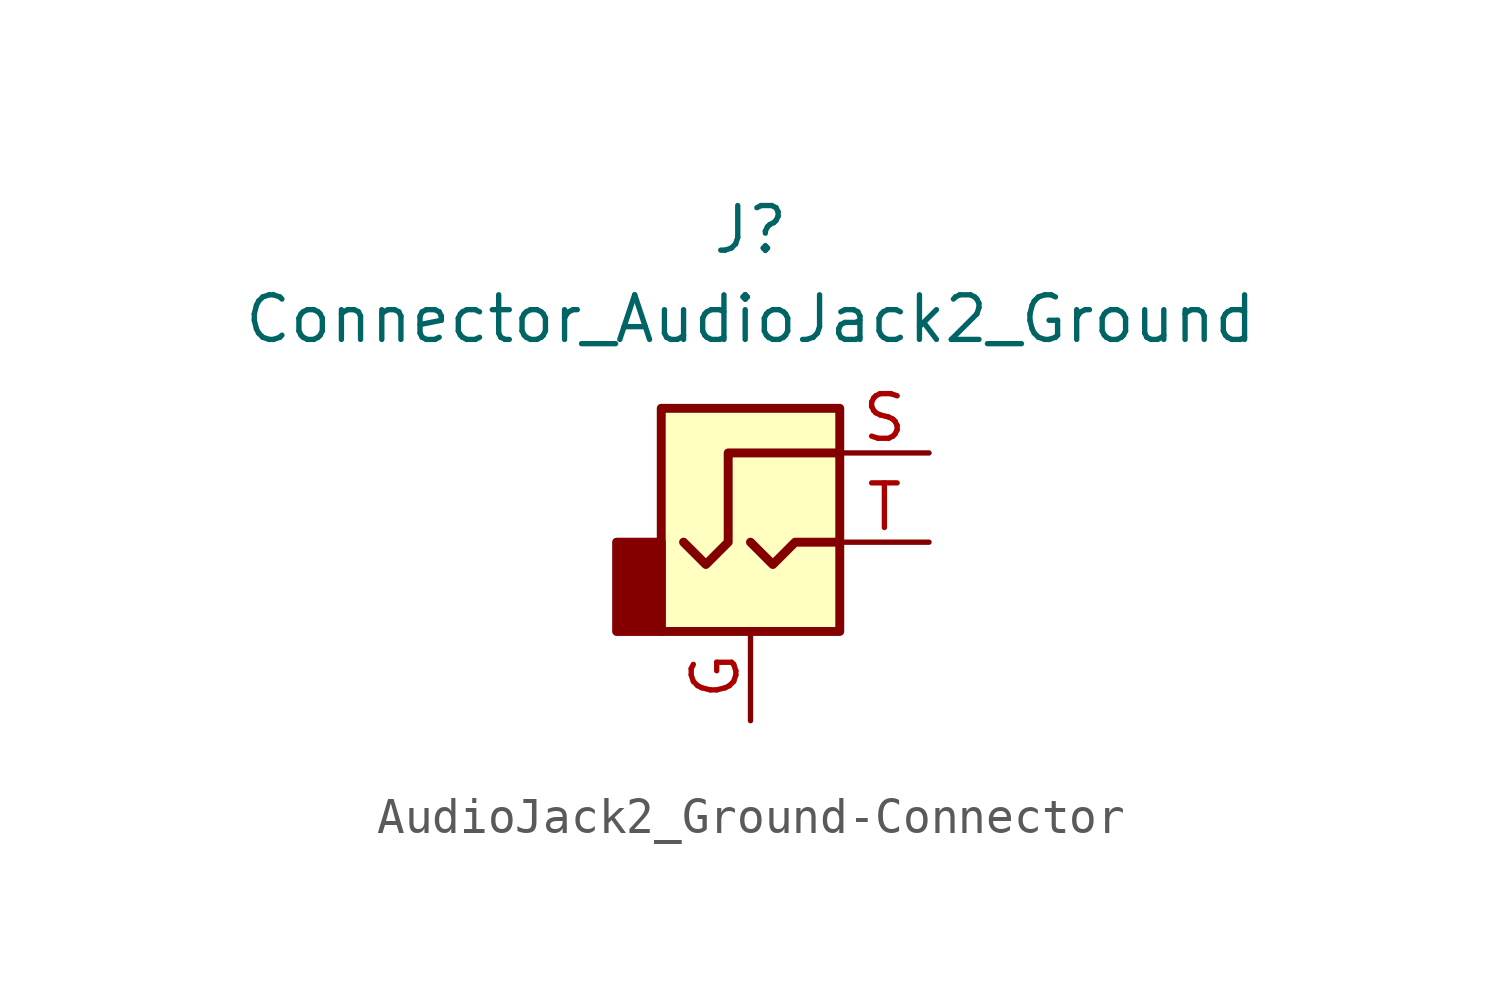
<source format=kicad_sym>
(kicad_symbol_lib
  (version 20231120)
  (generator "kicad_symbol_editor")
  (generator_version "8.0")
  (symbol "AudioJack2_Ground-Connector"
    (property "Reference" "J"
      (at 0 8.89 0)
      (effects (font (size 1.27 1.27))))
    (property "Value" "Connector_AudioJack2_Ground"
      (at 0 6.35 0)
      (effects (font (size 1.27 1.27))))
    (symbol "AudioJack2_Ground-Connector_0_1"
      (rectangle (start -2.54 -2.54) (end -3.81 0) (stroke (width 0.254) (type solid)) (fill (type outline)))
      (polyline (pts (xy 0 0) (xy 0.635 -0.635) (xy 1.27 0) (xy 2.54 0)) (stroke (width 0.254) (type solid)) (fill (type none)))
      (polyline (pts (xy 2.54 2.54) (xy -0.635 2.54) (xy -0.635 0) (xy -1.27 -0.635) (xy -1.905 0)) (stroke (width 0.254) (type solid)) (fill (type none)))
      (rectangle (start 2.54 3.81) (end -2.54 -2.54) (stroke (width 0.254) (type solid)) (fill (type background))))
    (symbol "AudioJack2_Ground-Connector_1_1"
      (pin passive line (at 0 -5.08 90) (length 2.54) (name "~" (effects (font (size 1.27 1.27)))) (number "G" (effects (font (size 1.27 1.27)))))
      (pin passive line (at 5.08 2.54 180) (length 2.54) (name "~" (effects (font (size 1.27 1.27)))) (number "S" (effects (font (size 1.27 1.27)))))
      (pin passive line (at 5.08 0 180) (length 2.54) (name "~" (effects (font (size 1.27 1.27)))) (number "T" (effects (font (size 1.27 1.27))))))))
</source>
